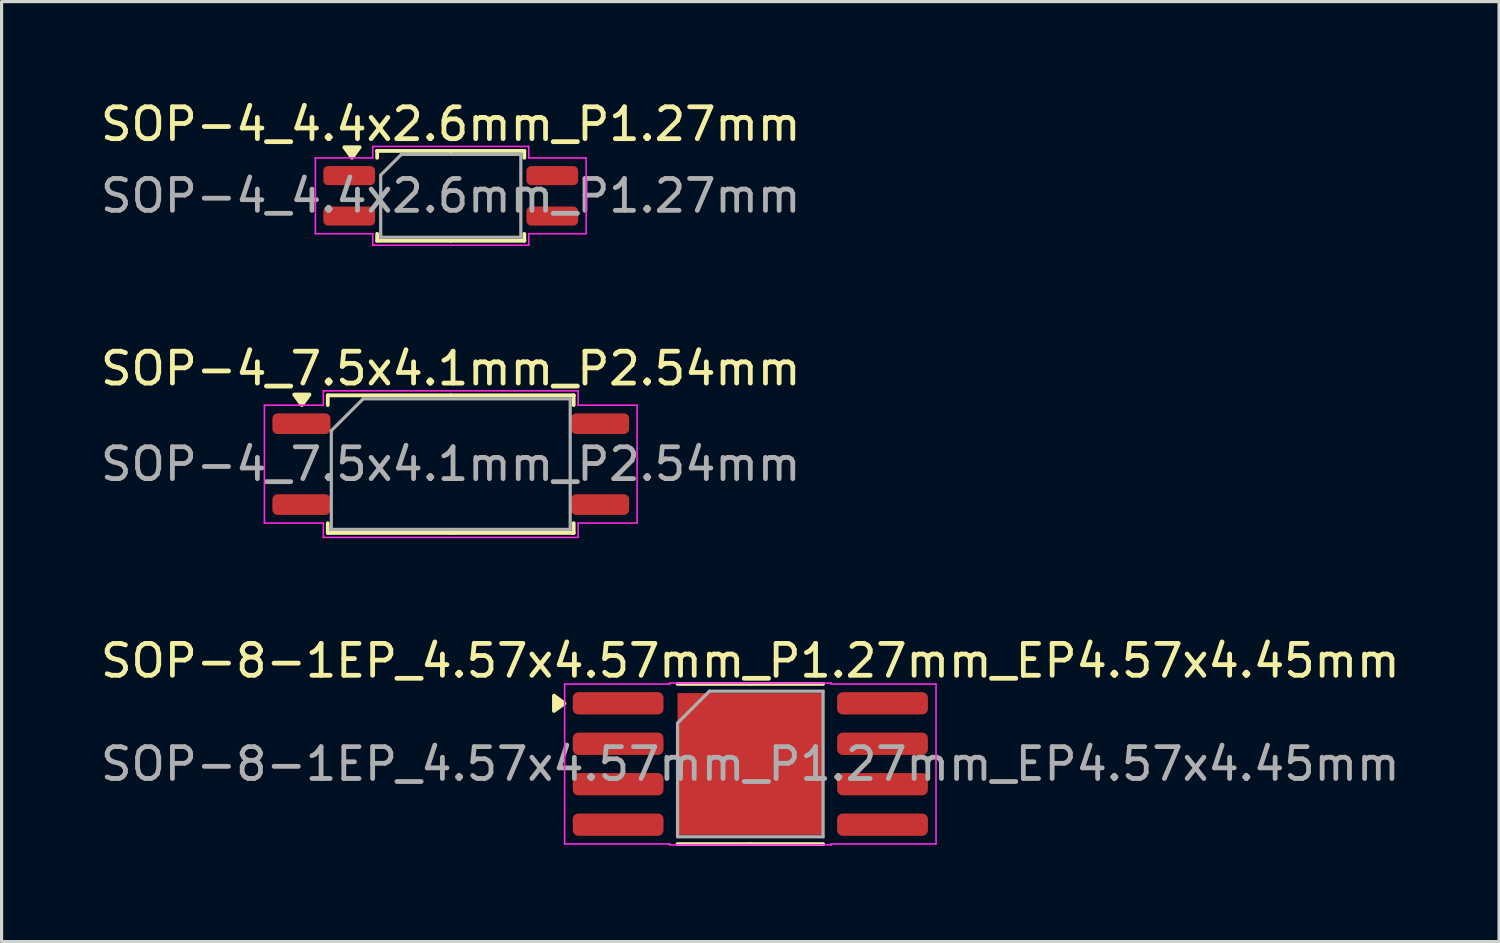
<source format=kicad_pcb>
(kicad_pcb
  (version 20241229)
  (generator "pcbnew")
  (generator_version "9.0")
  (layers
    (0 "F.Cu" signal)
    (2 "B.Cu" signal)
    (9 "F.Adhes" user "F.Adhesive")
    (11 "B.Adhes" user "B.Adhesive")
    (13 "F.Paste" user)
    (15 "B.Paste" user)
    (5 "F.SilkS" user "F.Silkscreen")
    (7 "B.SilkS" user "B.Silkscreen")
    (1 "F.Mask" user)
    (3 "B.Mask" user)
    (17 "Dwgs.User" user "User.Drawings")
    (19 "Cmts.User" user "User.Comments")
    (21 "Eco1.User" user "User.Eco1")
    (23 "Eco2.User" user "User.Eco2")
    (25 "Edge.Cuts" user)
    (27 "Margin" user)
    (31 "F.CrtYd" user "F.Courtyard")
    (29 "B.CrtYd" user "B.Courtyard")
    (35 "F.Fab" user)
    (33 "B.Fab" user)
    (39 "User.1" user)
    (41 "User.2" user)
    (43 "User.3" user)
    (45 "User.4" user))
  (footprint "SOP-4_7.5x4.1mm_P2.54mm"
    (layer "F.Cu")
    (at 11.101 11.521)
    (property "Reference" "SOP-4_7.5x4.1mm_P2.54mm" (at 0 -3 0) (layer "F.SilkS") (effects (font (size 1 1) (thickness 0.15))))
    (attr smd)
    (fp_line (start -3.86 -2.16) (end -3.86 -1.855) (stroke (width 0.12) (type solid)) (layer "F.SilkS"))
    (fp_line (start -3.86 2.16) (end -3.86 1.855) (stroke (width 0.12) (type solid)) (layer "F.SilkS"))
    (fp_line (start 0 -2.16) (end -3.86 -2.16) (stroke (width 0.12) (type solid)) (layer "F.SilkS"))
    (fp_line (start 0 -2.16) (end 3.86 -2.16) (stroke (width 0.12) (type solid)) (layer "F.SilkS"))
    (fp_line (start 0 2.16) (end -3.86 2.16) (stroke (width 0.12) (type solid)) (layer "F.SilkS"))
    (fp_line (start 0 2.16) (end 3.86 2.16) (stroke (width 0.12) (type solid)) (layer "F.SilkS"))
    (fp_line (start 3.86 -2.16) (end 3.86 -1.855) (stroke (width 0.12) (type solid)) (layer "F.SilkS"))
    (fp_line (start 3.86 2.16) (end 3.86 1.855) (stroke (width 0.12) (type solid)) (layer "F.SilkS"))
    (fp_poly (pts (xy -4.675 -1.855) (xy -4.915 -2.185) (xy -4.435 -2.185)) (stroke (width 0.12) (type solid)) (fill yes) (layer "F.SilkS"))
    (fp_line (start -5.85 -1.85) (end -4 -1.85) (stroke (width 0.05) (type solid)) (layer "F.CrtYd"))
    (fp_line (start -5.85 1.85) (end -5.85 -1.85) (stroke (width 0.05) (type solid)) (layer "F.CrtYd"))
    (fp_line (start -4 -2.3) (end 4 -2.3) (stroke (width 0.05) (type solid)) (layer "F.CrtYd"))
    (fp_line (start -4 -1.85) (end -4 -2.3) (stroke (width 0.05) (type solid)) (layer "F.CrtYd"))
    (fp_line (start -4 1.85) (end -5.85 1.85) (stroke (width 0.05) (type solid)) (layer "F.CrtYd"))
    (fp_line (start -4 2.3) (end -4 1.85) (stroke (width 0.05) (type solid)) (layer "F.CrtYd"))
    (fp_line (start 4 -2.3) (end 4 -1.85) (stroke (width 0.05) (type solid)) (layer "F.CrtYd"))
    (fp_line (start 4 -1.85) (end 5.85 -1.85) (stroke (width 0.05) (type solid)) (layer "F.CrtYd"))
    (fp_line (start 4 1.85) (end 4 2.3) (stroke (width 0.05) (type solid)) (layer "F.CrtYd"))
    (fp_line (start 4 2.3) (end -4 2.3) (stroke (width 0.05) (type solid)) (layer "F.CrtYd"))
    (fp_line (start 5.85 -1.85) (end 5.85 1.85) (stroke (width 0.05) (type solid)) (layer "F.CrtYd"))
    (fp_line (start 5.85 1.85) (end 4 1.85) (stroke (width 0.05) (type solid)) (layer "F.CrtYd"))
    (fp_line (start -3.75 -1.05) (end -2.75 -2.05) (stroke (width 0.1) (type solid)) (layer "F.Fab"))
    (fp_line (start -3.75 2.05) (end -3.75 -1.05) (stroke (width 0.1) (type solid)) (layer "F.Fab"))
    (fp_line (start -2.75 -2.05) (end 3.75 -2.05) (stroke (width 0.1) (type solid)) (layer "F.Fab"))
    (fp_line (start 3.75 -2.05) (end 3.75 2.05) (stroke (width 0.1) (type solid)) (layer "F.Fab"))
    (fp_line (start 3.75 2.05) (end -3.75 2.05) (stroke (width 0.1) (type solid)) (layer "F.Fab"))
    (fp_text user "${REFERENCE}" (at 0 0 0) (layer "F.Fab") (effects (font (size 1 1) (thickness 0.15))))
    (pad "1" smd roundrect (at -4.688 -1.27) (size 1.825 0.65) (layers "F.Cu" "F.Mask" "F.Paste") (roundrect_rratio 0.25))
    (pad "2" smd roundrect (at -4.688 1.27) (size 1.825 0.65) (layers "F.Cu" "F.Mask" "F.Paste") (roundrect_rratio 0.25))
    (pad "3" smd roundrect (at 4.688 1.27) (size 1.825 0.65) (layers "F.Cu" "F.Mask" "F.Paste") (roundrect_rratio 0.25))
    (pad "4" smd roundrect (at 4.688 -1.27) (size 1.825 0.65) (layers "F.Cu" "F.Mask" "F.Paste") (roundrect_rratio 0.25)))
  (footprint "SOP-4_4.4x2.6mm_P1.27mm"
    (layer "F.Cu")
    (at 11.101 3.098)
    (property "Reference" "SOP-4_4.4x2.6mm_P1.27mm" (at 0 -2.25 0) (layer "F.SilkS") (effects (font (size 1 1) (thickness 0.15))))
    (attr smd)
    (fp_line (start -2.31 -1.41) (end -2.31 -1.195) (stroke (width 0.12) (type solid)) (layer "F.SilkS"))
    (fp_line (start -2.31 1.41) (end -2.31 1.195) (stroke (width 0.12) (type solid)) (layer "F.SilkS"))
    (fp_line (start 0 -1.41) (end -2.31 -1.41) (stroke (width 0.12) (type solid)) (layer "F.SilkS"))
    (fp_line (start 0 -1.41) (end 2.31 -1.41) (stroke (width 0.12) (type solid)) (layer "F.SilkS"))
    (fp_line (start 0 1.41) (end -2.31 1.41) (stroke (width 0.12) (type solid)) (layer "F.SilkS"))
    (fp_line (start 0 1.41) (end 2.31 1.41) (stroke (width 0.12) (type solid)) (layer "F.SilkS"))
    (fp_line (start 2.31 -1.41) (end 2.31 -1.195) (stroke (width 0.12) (type solid)) (layer "F.SilkS"))
    (fp_line (start 2.31 1.41) (end 2.31 1.195) (stroke (width 0.12) (type solid)) (layer "F.SilkS"))
    (fp_poly (pts (xy -3.1 -1.195) (xy -3.34 -1.525) (xy -2.86 -1.525)) (stroke (width 0.12) (type solid)) (fill yes) (layer "F.SilkS"))
    (fp_line (start -4.25 -1.19) (end -2.45 -1.19) (stroke (width 0.05) (type solid)) (layer "F.CrtYd"))
    (fp_line (start -4.25 1.19) (end -4.25 -1.19) (stroke (width 0.05) (type solid)) (layer "F.CrtYd"))
    (fp_line (start -2.45 -1.55) (end 2.45 -1.55) (stroke (width 0.05) (type solid)) (layer "F.CrtYd"))
    (fp_line (start -2.45 -1.19) (end -2.45 -1.55) (stroke (width 0.05) (type solid)) (layer "F.CrtYd"))
    (fp_line (start -2.45 1.19) (end -4.25 1.19) (stroke (width 0.05) (type solid)) (layer "F.CrtYd"))
    (fp_line (start -2.45 1.55) (end -2.45 1.19) (stroke (width 0.05) (type solid)) (layer "F.CrtYd"))
    (fp_line (start 2.45 -1.55) (end 2.45 -1.19) (stroke (width 0.05) (type solid)) (layer "F.CrtYd"))
    (fp_line (start 2.45 -1.19) (end 4.25 -1.19) (stroke (width 0.05) (type solid)) (layer "F.CrtYd"))
    (fp_line (start 2.45 1.19) (end 2.45 1.55) (stroke (width 0.05) (type solid)) (layer "F.CrtYd"))
    (fp_line (start 2.45 1.55) (end -2.45 1.55) (stroke (width 0.05) (type solid)) (layer "F.CrtYd"))
    (fp_line (start 4.25 -1.19) (end 4.25 1.19) (stroke (width 0.05) (type solid)) (layer "F.CrtYd"))
    (fp_line (start 4.25 1.19) (end 2.45 1.19) (stroke (width 0.05) (type solid)) (layer "F.CrtYd"))
    (fp_line (start -2.2 -0.65) (end -1.55 -1.3) (stroke (width 0.1) (type solid)) (layer "F.Fab"))
    (fp_line (start -2.2 1.3) (end -2.2 -0.65) (stroke (width 0.1) (type solid)) (layer "F.Fab"))
    (fp_line (start -1.55 -1.3) (end 2.2 -1.3) (stroke (width 0.1) (type solid)) (layer "F.Fab"))
    (fp_line (start 2.2 -1.3) (end 2.2 1.3) (stroke (width 0.1) (type solid)) (layer "F.Fab"))
    (fp_line (start 2.2 1.3) (end -2.2 1.3) (stroke (width 0.1) (type solid)) (layer "F.Fab"))
    (fp_text user "${REFERENCE}" (at 0 0 0) (layer "F.Fab") (effects (font (size 1 1) (thickness 0.15))))
    (pad "1" smd roundrect (at -3.188 -0.635) (size 1.625 0.6) (layers "F.Cu" "F.Mask" "F.Paste") (roundrect_rratio 0.25))
    (pad "2" smd roundrect (at -3.188 0.635) (size 1.625 0.6) (layers "F.Cu" "F.Mask" "F.Paste") (roundrect_rratio 0.25))
    (pad "3" smd roundrect (at 3.188 0.635) (size 1.625 0.6) (layers "F.Cu" "F.Mask" "F.Paste") (roundrect_rratio 0.25))
    (pad "4" smd roundrect (at 3.188 -0.635) (size 1.625 0.6) (layers "F.Cu" "F.Mask" "F.Paste") (roundrect_rratio 0.25)))
  (footprint "SOP-8-1EP_4.57x4.57mm_P1.27mm_EP4.57x4.45mm"
    (layer "F.Cu")
    (at 20.506 20.935)
    (property "Reference" "SOP-8-1EP_4.57x4.57mm_P1.27mm_EP4.57x4.45mm" (at 0 -3.24 0) (layer "F.SilkS") (effects (font (size 1 1) (thickness 0.15))))
    (attr smd)
    (fp_line (start 0 -2.515) (end -2.285 -2.515) (stroke (width 0.12) (type solid)) (layer "F.SilkS"))
    (fp_line (start 0 -2.515) (end 2.285 -2.515) (stroke (width 0.12) (type solid)) (layer "F.SilkS"))
    (fp_line (start 0 2.515) (end -2.285 2.515) (stroke (width 0.12) (type solid)) (layer "F.SilkS"))
    (fp_line (start 0 2.515) (end 2.285 2.515) (stroke (width 0.12) (type solid)) (layer "F.SilkS"))
    (fp_poly (pts (xy -5.835 -1.905) (xy -6.165 -1.665) (xy -6.165 -2.145)) (stroke (width 0.12) (type solid)) (fill yes) (layer "F.SilkS"))
    (fp_line (start -5.83 -2.51) (end -2.54 -2.51) (stroke (width 0.05) (type solid)) (layer "F.CrtYd"))
    (fp_line (start -5.83 2.51) (end -5.83 -2.51) (stroke (width 0.05) (type solid)) (layer "F.CrtYd"))
    (fp_line (start -2.54 -2.54) (end 2.54 -2.54) (stroke (width 0.05) (type solid)) (layer "F.CrtYd"))
    (fp_line (start -2.54 -2.51) (end -2.54 -2.54) (stroke (width 0.05) (type solid)) (layer "F.CrtYd"))
    (fp_line (start -2.54 2.51) (end -5.83 2.51) (stroke (width 0.05) (type solid)) (layer "F.CrtYd"))
    (fp_line (start -2.54 2.54) (end -2.54 2.51) (stroke (width 0.05) (type solid)) (layer "F.CrtYd"))
    (fp_line (start 2.54 -2.54) (end 2.54 -2.51) (stroke (width 0.05) (type solid)) (layer "F.CrtYd"))
    (fp_line (start 2.54 -2.51) (end 5.83 -2.51) (stroke (width 0.05) (type solid)) (layer "F.CrtYd"))
    (fp_line (start 2.54 2.51) (end 2.54 2.54) (stroke (width 0.05) (type solid)) (layer "F.CrtYd"))
    (fp_line (start 2.54 2.54) (end -2.54 2.54) (stroke (width 0.05) (type solid)) (layer "F.CrtYd"))
    (fp_line (start 5.83 -2.51) (end 5.83 2.51) (stroke (width 0.05) (type solid)) (layer "F.CrtYd"))
    (fp_line (start 5.83 2.51) (end 2.54 2.51) (stroke (width 0.05) (type solid)) (layer "F.CrtYd"))
    (fp_line (start -2.285 -1.285) (end -1.285 -2.285) (stroke (width 0.1) (type solid)) (layer "F.Fab"))
    (fp_line (start -2.285 2.285) (end -2.285 -1.285) (stroke (width 0.1) (type solid)) (layer "F.Fab"))
    (fp_line (start -1.285 -2.285) (end 2.285 -2.285) (stroke (width 0.1) (type solid)) (layer "F.Fab"))
    (fp_line (start 2.285 -2.285) (end 2.285 2.285) (stroke (width 0.1) (type solid)) (layer "F.Fab"))
    (fp_line (start 2.285 2.285) (end -2.285 2.285) (stroke (width 0.1) (type solid)) (layer "F.Fab"))
    (fp_text user "${REFERENCE}" (at 0 0 0) (layer "F.Fab") (effects (font (size 1 1) (thickness 0.15))))
    (pad "" smd roundrect (at -1.14 -1.11) (size 1.84 1.79) (layers "F.Paste") (roundrect_rratio 0.14))
    (pad "" smd roundrect (at -1.14 1.11) (size 1.84 1.79) (layers "F.Paste") (roundrect_rratio 0.14))
    (pad "" smd roundrect (at 1.14 -1.11) (size 1.84 1.79) (layers "F.Paste") (roundrect_rratio 0.14))
    (pad "" smd roundrect (at 1.14 1.11) (size 1.84 1.79) (layers "F.Paste") (roundrect_rratio 0.14))
    (pad "1" smd roundrect (at -4.15 -1.905) (size 2.85 0.7) (layers "F.Cu" "F.Mask" "F.Paste") (roundrect_rratio 0.25))
    (pad "2" smd roundrect (at -4.15 -0.635) (size 2.85 0.7) (layers "F.Cu" "F.Mask" "F.Paste") (roundrect_rratio 0.25))
    (pad "3" smd roundrect (at -4.15 0.635) (size 2.85 0.7) (layers "F.Cu" "F.Mask" "F.Paste") (roundrect_rratio 0.25))
    (pad "4" smd roundrect (at -4.15 1.905) (size 2.85 0.7) (layers "F.Cu" "F.Mask" "F.Paste") (roundrect_rratio 0.25))
    (pad "5" smd roundrect (at 4.15 1.905) (size 2.85 0.7) (layers "F.Cu" "F.Mask" "F.Paste") (roundrect_rratio 0.25))
    (pad "6" smd roundrect (at 4.15 0.635) (size 2.85 0.7) (layers "F.Cu" "F.Mask" "F.Paste") (roundrect_rratio 0.25))
    (pad "7" smd roundrect (at 4.15 -0.635) (size 2.85 0.7) (layers "F.Cu" "F.Mask" "F.Paste") (roundrect_rratio 0.25))
    (pad "8" smd roundrect (at 4.15 -1.905) (size 2.85 0.7) (layers "F.Cu" "F.Mask" "F.Paste") (roundrect_rratio 0.25))
    (pad "9" smd rect (at 0 0) (size 4.57 4.45) (property pad_prop_heatsink) (layers "F.Cu" "F.Mask")))
  (gr_rect
    (start -3 -3)
    (end 44.012 26.51)
    (stroke (width 0.1) (type default))
    (fill no)
    (layer "Edge.Cuts")))
</source>
